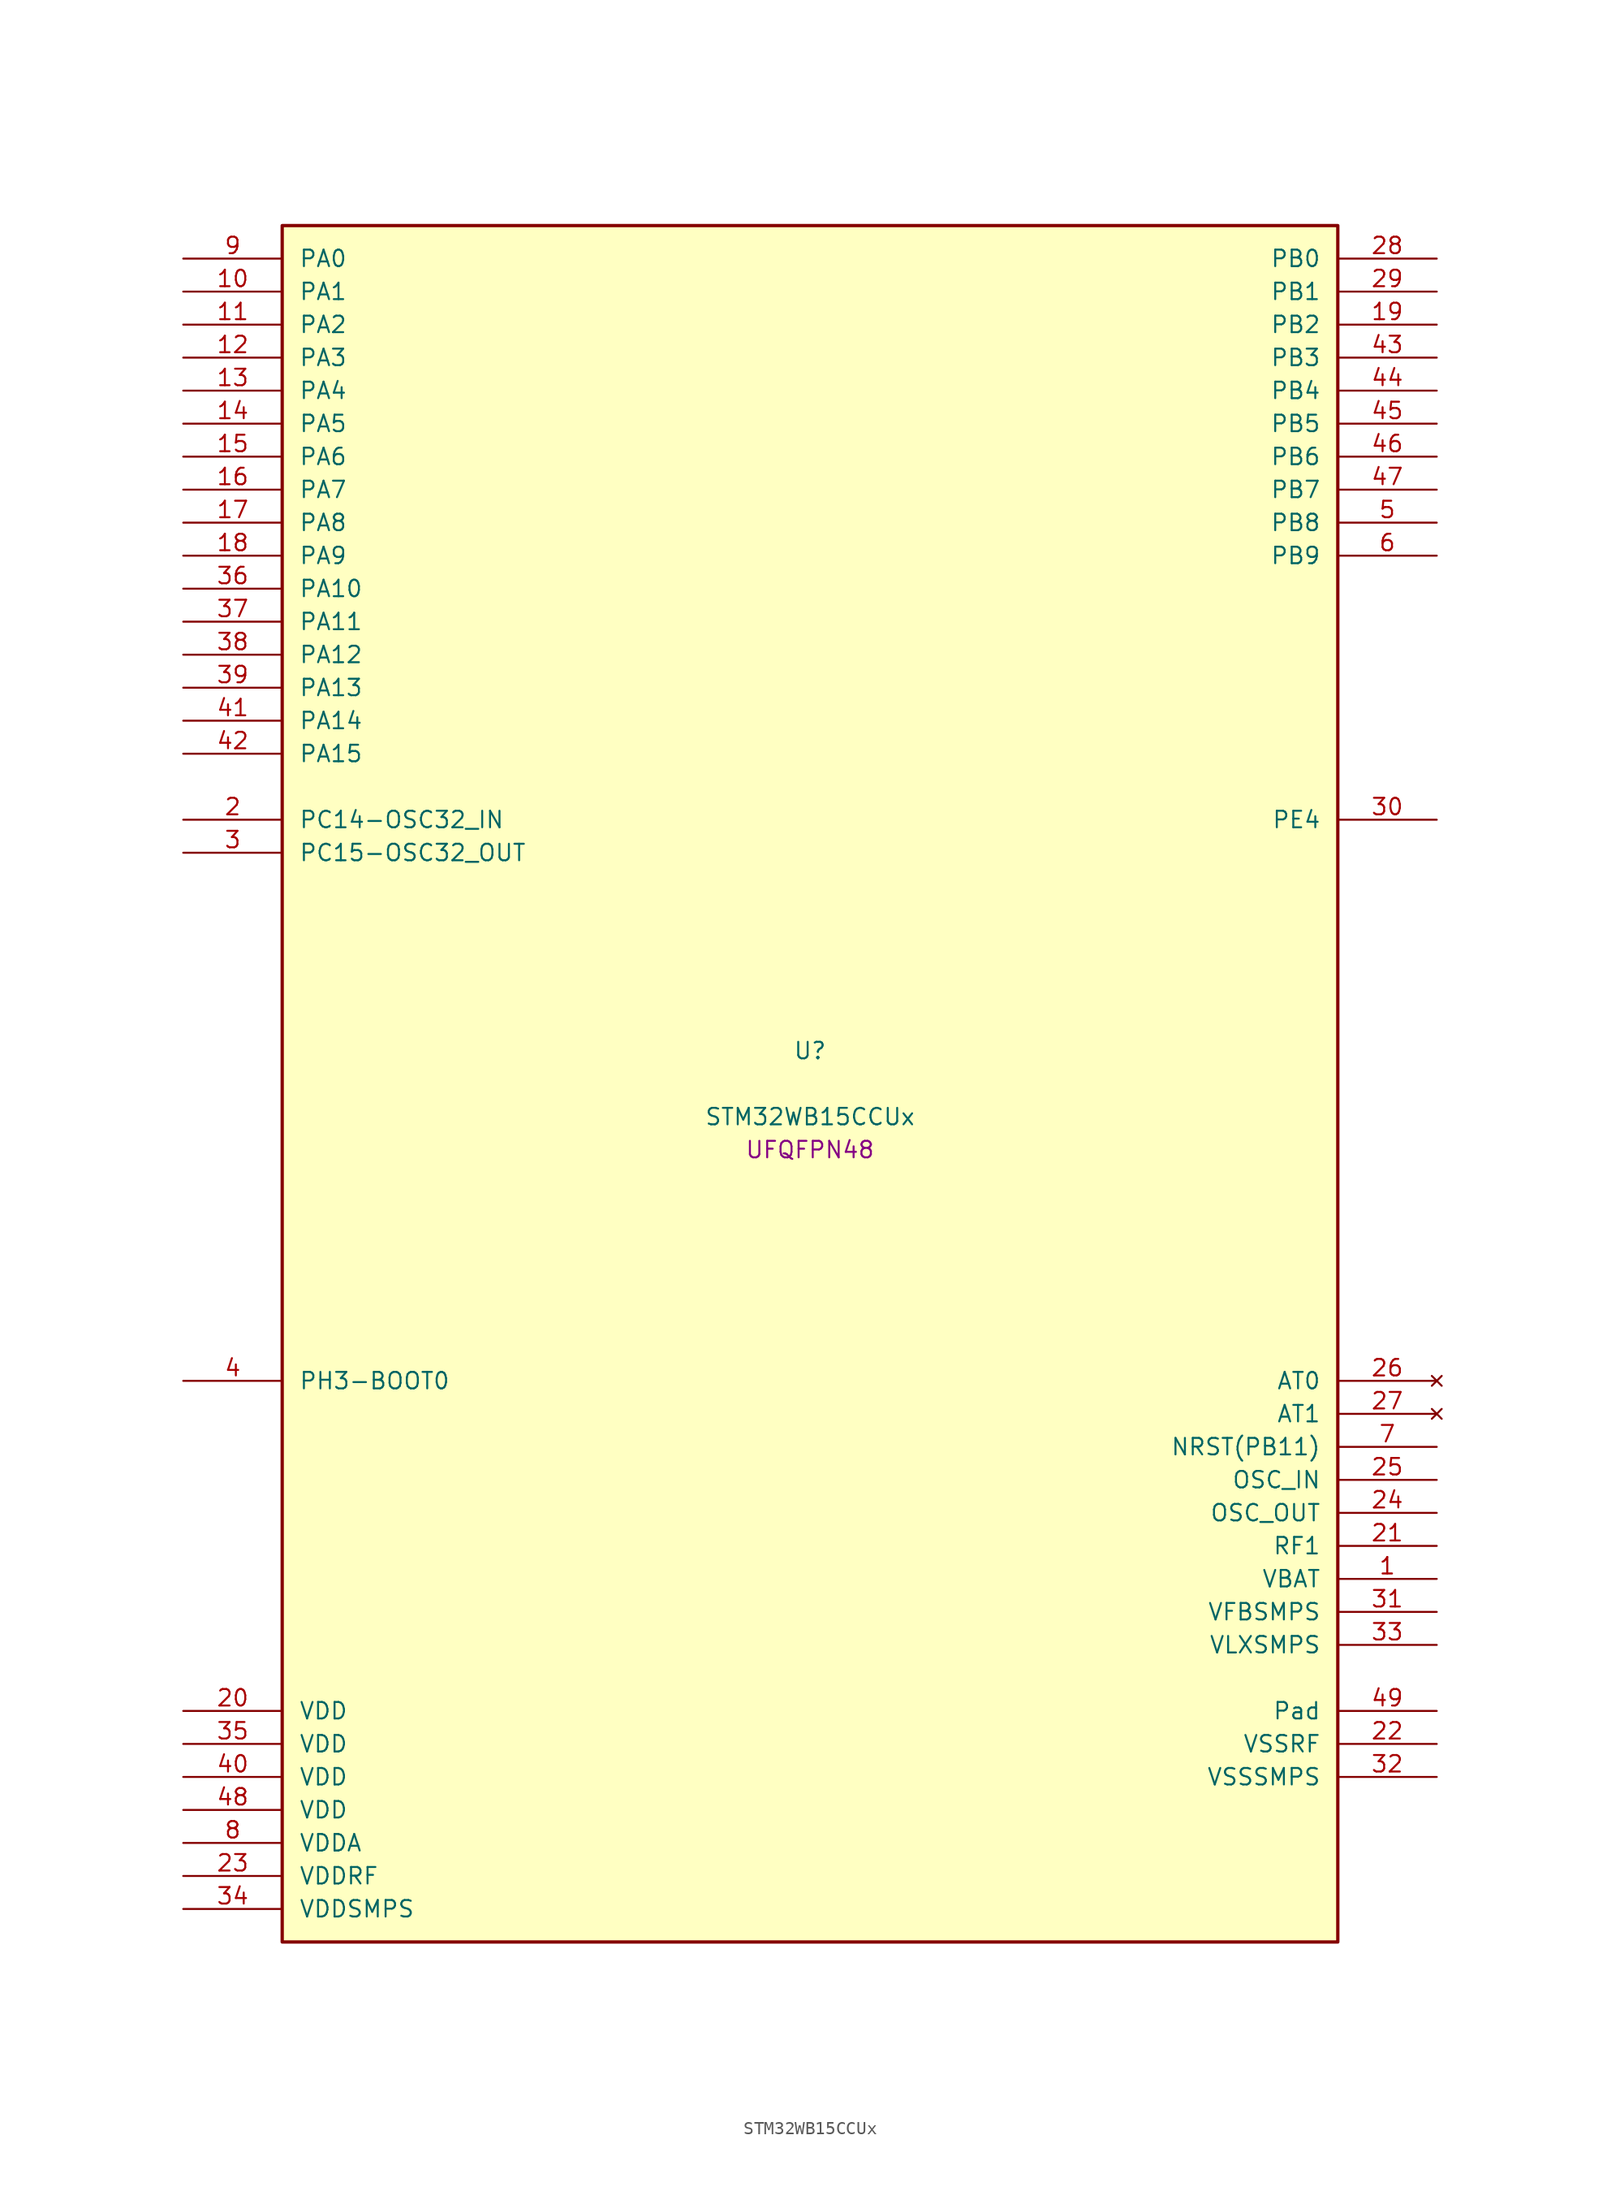
<source format=kicad_sym>
(kicad_symbol_lib
  (version 20241209)
  (generator "stm32_pkl_generator")
  (generator_version "1.0")
  (symbol "STM32WB15CCUx"
    (pin_names
      (offset 1.27))
    (property "Reference" "U"
      (at 0 2.54 0))
    (property "Value" "STM32WB15CCUx"
      (at 0 -2.54 0))
    (property "Footprint" "UFQFPN48"
      (at 0 -5.08 0))
    (symbol "STM32WB15CCUx_1_1"
      (rectangle (start -40.64 66.04) (end 40.64 -66.04) (stroke (width 0.254) (type solid)) (fill (type background)))
      (pin bidirectional line (at -48.26 63.5 0) (length 7.62) (name "PA0") (number "9") (alternate "PA0/ADC1_IN5" bidirectional line) (alternate "PA0/COMP1_INM" bidirectional line) (alternate "PA0/COMP1_OUT" bidirectional line) (alternate "PA0/RTC_TAMP2" bidirectional line) (alternate "PA0/SYS_WKUP1" bidirectional line) (alternate "PA0/TIM2_CH1" bidirectional line) (alternate "PA0/TIM2_ETR" bidirectional line))
      (pin bidirectional line (at -48.26 60.96 0) (length 7.62) (name "PA1") (number "10") (alternate "PA1/ADC1_IN6" bidirectional line) (alternate "PA1/COMP1_INP" bidirectional line) (alternate "PA1/I2C1_SMBA" bidirectional line) (alternate "PA1/SPI1_SCK" bidirectional line) (alternate "PA1/TIM2_CH2" bidirectional line))
      (pin bidirectional line (at -48.26 58.42 0) (length 7.62) (name "PA2") (number "11") (alternate "PA2/ADC1_IN7" bidirectional line) (alternate "PA2/LPUART1_TX" bidirectional line) (alternate "PA2/RCC_LSCO" bidirectional line) (alternate "PA2/SYS_WKUP4" bidirectional line) (alternate "PA2/TIM2_CH3" bidirectional line))
      (pin bidirectional line (at -48.26 55.88 0) (length 7.62) (name "PA3") (number "12") (alternate "PA3/ADC1_IN8" bidirectional line) (alternate "PA3/LPUART1_RX" bidirectional line) (alternate "PA3/TIM2_CH4" bidirectional line))
      (pin bidirectional line (at -48.26 53.34 0) (length 7.62) (name "PA4") (number "13") (alternate "PA4/ADC1_IN9" bidirectional line) (alternate "PA4/COMP1_INM" bidirectional line) (alternate "PA4/LPTIM2_OUT" bidirectional line) (alternate "PA4/SPI1_NSS" bidirectional line))
      (pin bidirectional line (at -48.26 50.8 0) (length 7.62) (name "PA5") (number "14") (alternate "PA5/ADC1_IN10" bidirectional line) (alternate "PA5/COMP1_INM" bidirectional line) (alternate "PA5/LPTIM2_ETR" bidirectional line) (alternate "PA5/SPI1_MOSI" bidirectional line) (alternate "PA5/SPI1_SCK" bidirectional line) (alternate "PA5/TIM2_CH1" bidirectional line) (alternate "PA5/TIM2_ETR" bidirectional line))
      (pin bidirectional line (at -48.26 48.26 0) (length 7.62) (name "PA6") (number "15") (alternate "PA6/ADC1_IN11" bidirectional line) (alternate "PA6/LPUART1_CTS" bidirectional line) (alternate "PA6/SPI1_MISO" bidirectional line) (alternate "PA6/TIM1_BKIN" bidirectional line))
      (pin bidirectional line (at -48.26 45.72 0) (length 7.62) (name "PA7") (number "16") (alternate "PA7/ADC1_IN2" bidirectional line) (alternate "PA7/SPI1_MOSI" bidirectional line) (alternate "PA7/TIM1_CH1N" bidirectional line))
      (pin bidirectional line (at -48.26 43.18 0) (length 7.62) (name "PA8") (number "17") (alternate "PA8/ADC1_IN3" bidirectional line) (alternate "PA8/LPTIM2_OUT" bidirectional line) (alternate "PA8/RCC_MCO" bidirectional line) (alternate "PA8/TIM1_CH1" bidirectional line) (alternate "PA8/USART1_CK" bidirectional line))
      (pin bidirectional line (at -48.26 40.64 0) (length 7.62) (name "PA9") (number "18") (alternate "PA9/ADC1_IN4" bidirectional line) (alternate "PA9/COMP1_INM" bidirectional line) (alternate "PA9/I2C1_SCL" bidirectional line) (alternate "PA9/TIM1_CH2" bidirectional line) (alternate "PA9/USART1_TX" bidirectional line))
      (pin bidirectional line (at -48.26 38.1 0) (length 7.62) (name "PA10") (number "36") (alternate "PA10/I2C1_SDA" bidirectional line) (alternate "PA10/TIM1_CH3" bidirectional line) (alternate "PA10/TSC_G7_IO2" bidirectional line) (alternate "PA10/USART1_RX" bidirectional line))
      (pin bidirectional line (at -48.26 35.56 0) (length 7.62) (name "PA11") (number "37") (alternate "PA11/ADC1_EXTI11" bidirectional line) (alternate "PA11/SPI1_MISO" bidirectional line) (alternate "PA11/TIM1_BKIN2" bidirectional line) (alternate "PA11/TIM1_CH4" bidirectional line) (alternate "PA11/USART1_CTS" bidirectional line) (alternate "PA11/USART1_NSS" bidirectional line))
      (pin bidirectional line (at -48.26 33.02 0) (length 7.62) (name "PA12") (number "38") (alternate "PA12/LPUART1_RX" bidirectional line) (alternate "PA12/SPI1_MOSI" bidirectional line) (alternate "PA12/TIM1_ETR" bidirectional line) (alternate "PA12/USART1_DE" bidirectional line) (alternate "PA12/USART1_RTS" bidirectional line))
      (pin bidirectional line (at -48.26 30.48 0) (length 7.62) (name "PA13") (number "39") (alternate "PA13/SPI1_MOSI" bidirectional line) (alternate "PA13/SYS_JTMS-SWDIO" bidirectional line) (alternate "PA13/TSC_G7_IO1" bidirectional line))
      (pin bidirectional line (at -48.26 27.94 0) (length 7.62) (name "PA14") (number "41") (alternate "PA14/I2C1_SMBA" bidirectional line) (alternate "PA14/LPTIM1_OUT" bidirectional line) (alternate "PA14/SPI1_NSS" bidirectional line) (alternate "PA14/SYS_JTCK-SWCLK" bidirectional line))
      (pin bidirectional line (at -48.26 25.4 0) (length 7.62) (name "PA15") (number "42") (alternate "PA15/RCC_MCO" bidirectional line) (alternate "PA15/SPI1_NSS" bidirectional line) (alternate "PA15/SYS_JTDI" bidirectional line) (alternate "PA15/TIM2_CH1" bidirectional line) (alternate "PA15/TIM2_ETR" bidirectional line))
      (pin bidirectional line (at 48.26 63.5 180) (length 7.62) (name "PB0") (number "28") (alternate "PB0/COMP1_OUT" bidirectional line) (alternate "PB0/RF_TX_MOD_EXT_PA" bidirectional line))
      (pin bidirectional line (at 48.26 60.96 180) (length 7.62) (name "PB1") (number "29") (alternate "PB1/LPTIM2_IN1" bidirectional line) (alternate "PB1/LPUART1_DE" bidirectional line) (alternate "PB1/LPUART1_RTS" bidirectional line))
      (pin bidirectional line (at 48.26 58.42 180) (length 7.62) (name "PB2") (number "19") (alternate "PB2/COMP1_INP" bidirectional line) (alternate "PB2/LPTIM1_OUT" bidirectional line) (alternate "PB2/RTC_OUT" bidirectional line) (alternate "PB2/SPI1_NSS" bidirectional line))
      (pin bidirectional line (at 48.26 55.88 180) (length 7.62) (name "PB3") (number "43") (alternate "PB3/SPI1_SCK" bidirectional line) (alternate "PB3/SYS_JTDO-SWO" bidirectional line) (alternate "PB3/TIM2_CH2" bidirectional line) (alternate "PB3/USART1_DE" bidirectional line) (alternate "PB3/USART1_RTS" bidirectional line))
      (pin bidirectional line (at 48.26 53.34 180) (length 7.62) (name "PB4") (number "44") (alternate "PB4/SPI1_MISO" bidirectional line) (alternate "PB4/SYS_JTRST" bidirectional line) (alternate "PB4/TSC_G2_IO1" bidirectional line) (alternate "PB4/USART1_CTS" bidirectional line) (alternate "PB4/USART1_NSS" bidirectional line))
      (pin bidirectional line (at 48.26 50.8 180) (length 7.62) (name "PB5") (number "45") (alternate "PB5/I2C1_SMBA" bidirectional line) (alternate "PB5/LPTIM1_IN1" bidirectional line) (alternate "PB5/LPUART1_TX" bidirectional line) (alternate "PB5/SPI1_MOSI" bidirectional line) (alternate "PB5/TSC_G2_IO2" bidirectional line) (alternate "PB5/USART1_CK" bidirectional line))
      (pin bidirectional line (at 48.26 48.26 180) (length 7.62) (name "PB6") (number "46") (alternate "PB6/I2C1_SCL" bidirectional line) (alternate "PB6/LPTIM1_ETR" bidirectional line) (alternate "PB6/RCC_MCO" bidirectional line) (alternate "PB6/SPI1_NSS" bidirectional line) (alternate "PB6/TSC_G2_IO3" bidirectional line) (alternate "PB6/USART1_TX" bidirectional line))
      (pin bidirectional line (at 48.26 45.72 180) (length 7.62) (name "PB7") (number "47") (alternate "PB7/I2C1_SDA" bidirectional line) (alternate "PB7/LPTIM1_IN2" bidirectional line) (alternate "PB7/SYS_PVD_IN" bidirectional line) (alternate "PB7/TIM1_BKIN" bidirectional line) (alternate "PB7/TIM1_CH3" bidirectional line) (alternate "PB7/TSC_G2_IO4" bidirectional line) (alternate "PB7/USART1_RX" bidirectional line))
      (pin bidirectional line (at 48.26 43.18 180) (length 7.62) (name "PB8") (number "5") (alternate "PB8/I2C1_SCL" bidirectional line) (alternate "PB8/TIM1_CH2N" bidirectional line) (alternate "PB8/TSC_G7_IO3" bidirectional line))
      (pin bidirectional line (at 48.26 40.64 180) (length 7.62) (name "PB9") (number "6") (alternate "PB9/I2C1_SDA" bidirectional line) (alternate "PB9/TIM1_CH3N" bidirectional line) (alternate "PB9/TSC_G7_IO4" bidirectional line))
      (pin bidirectional line (at -48.26 20.32 0) (length 7.62) (name "PC14-OSC32_IN") (number "2") (alternate "PC14-OSC32_IN/RCC_OSC32_IN" bidirectional line))
      (pin bidirectional line (at -48.26 17.78 0) (length 7.62) (name "PC15-OSC32_OUT") (number "3") (alternate "PC15-OSC32_OUT/RCC_OSC32_OUT" bidirectional line))
      (pin bidirectional line (at 48.26 20.32 180) (length 7.62) (name "PE4") (number "30"))
      (pin bidirectional line (at -48.26 -22.86 0) (length 7.62) (name "PH3-BOOT0") (number "4") (alternate "PH3-BOOT0/RCC_LSCO" bidirectional line))
      (pin no_connect line (at 48.26 -22.86 180) (length 7.62) (name "AT0") (number "26"))
      (pin no_connect line (at 48.26 -25.4 180) (length 7.62) (name "AT1") (number "27"))
      (pin input line (at 48.26 -27.94 180) (length 7.62) (name "NRST(PB11)") (number "7"))
      (pin bidirectional line (at 48.26 -30.48 180) (length 7.62) (name "OSC_IN") (number "25") (alternate "OSC_IN/RCC_OSC_IN" bidirectional line))
      (pin bidirectional line (at 48.26 -33.02 180) (length 7.62) (name "OSC_OUT") (number "24") (alternate "OSC_OUT/RCC_OSC_OUT" bidirectional line))
      (pin bidirectional line (at 48.26 -35.56 180) (length 7.62) (name "RF1") (number "21") (alternate "RF1/RF_RF1" bidirectional line))
      (pin power_in line (at 48.26 -38.1 180) (length 7.62) (name "VBAT") (number "1"))
      (pin power_in line (at 48.26 -40.64 180) (length 7.62) (name "VFBSMPS") (number "31"))
      (pin power_in line (at 48.26 -43.18 180) (length 7.62) (name "VLXSMPS") (number "33"))
      (pin power_in line (at -48.26 -48.26 0) (length 7.62) (name "VDD") (number "20"))
      (pin power_in line (at -48.26 -50.8 0) (length 7.62) (name "VDD") (number "35"))
      (pin power_in line (at -48.26 -53.34 0) (length 7.62) (name "VDD") (number "40"))
      (pin power_in line (at -48.26 -55.88 0) (length 7.62) (name "VDD") (number "48"))
      (pin power_in line (at -48.26 -58.42 0) (length 7.62) (name "VDDA") (number "8"))
      (pin power_in line (at -48.26 -60.96 0) (length 7.62) (name "VDDRF") (number "23"))
      (pin power_in line (at -48.26 -63.5 0) (length 7.62) (name "VDDSMPS") (number "34"))
      (pin passive line (at 48.26 -48.26 180) (length 7.62) (name "Pad") (number "49"))
      (pin power_in line (at 48.26 -50.8 180) (length 7.62) (name "VSSRF") (number "22"))
      (pin power_in line (at 48.26 -53.34 180) (length 7.62) (name "VSSSMPS") (number "32")))))
</source>
